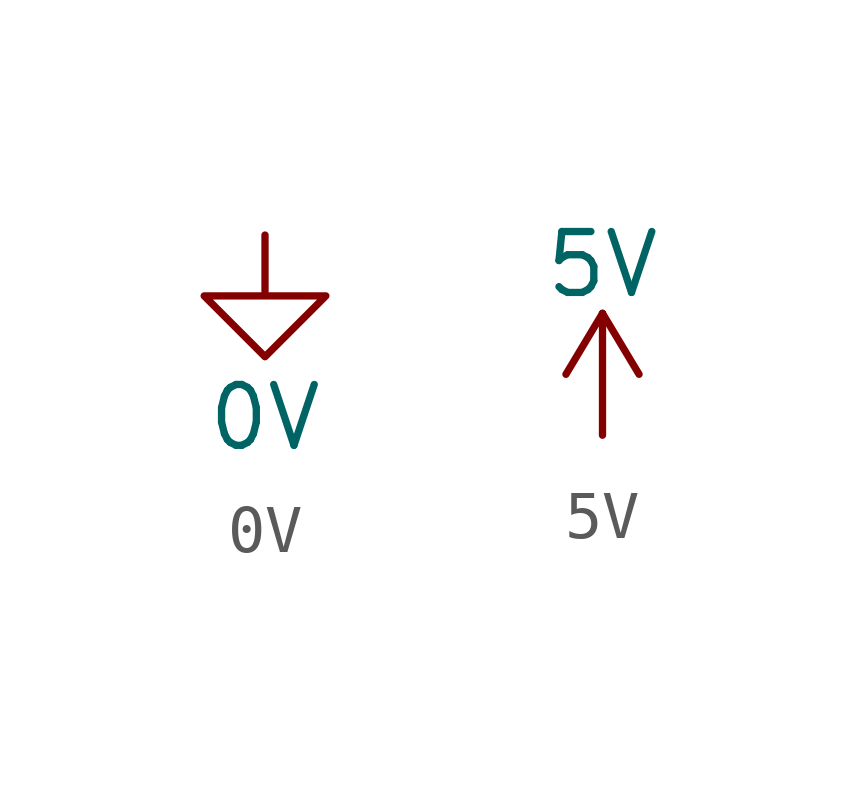
<source format=kicad_sym>
(kicad_symbol_lib
  (version 20220914)
  (generator kicad_symbol_editor)
  (symbol "0V"
    (power)
    (pin_names
      (offset 0))
    (property "Reference" "#PWR"
      (at 0 -6.35 0)
      (effects (font (size 1.27 1.27)) hide))
    (property "Value" "0V"
      (at 0 -3.81 0)
      (effects (font (size 1.27 1.27))))
    (symbol "0V_0_1"
      (polyline (pts (xy 0 0) (xy 0 -1.27) (xy 1.27 -1.27) (xy 0 -2.54) (xy -1.27 -1.27) (xy 0 -1.27)) (stroke (width 0) (type default)) (fill (type none))))
    (symbol "0V_1_1"
      (pin power_in line (at 0 0 270) (length 0) hide (name "0V" (effects (font (size 1.27 1.27)))) (number "1" (effects (font (size 1.27 1.27)))))))
  (symbol "5V"
    (power)
    (pin_names
      (offset 0))
    (property "Reference" "#PWR"
      (at 0 -3.81 0)
      (effects (font (size 1.27 1.27)) hide))
    (property "Value" "5V"
      (at 0 3.556 0)
      (effects (font (size 1.27 1.27))))
    (symbol "5V_0_1"
      (polyline (pts (xy -0.762 1.27) (xy 0 2.54)) (stroke (width 0) (type default)) (fill (type none)))
      (polyline (pts (xy 0 0) (xy 0 2.54)) (stroke (width 0) (type default)) (fill (type none)))
      (polyline (pts (xy 0 2.54) (xy 0.762 1.27)) (stroke (width 0) (type default)) (fill (type none))))
    (symbol "5V_1_1"
      (pin power_in line (at 0 0 90) (length 0) hide (name "5V" (effects (font (size 1.27 1.27)))) (number "1" (effects (font (size 1.27 1.27))))))))
</source>
